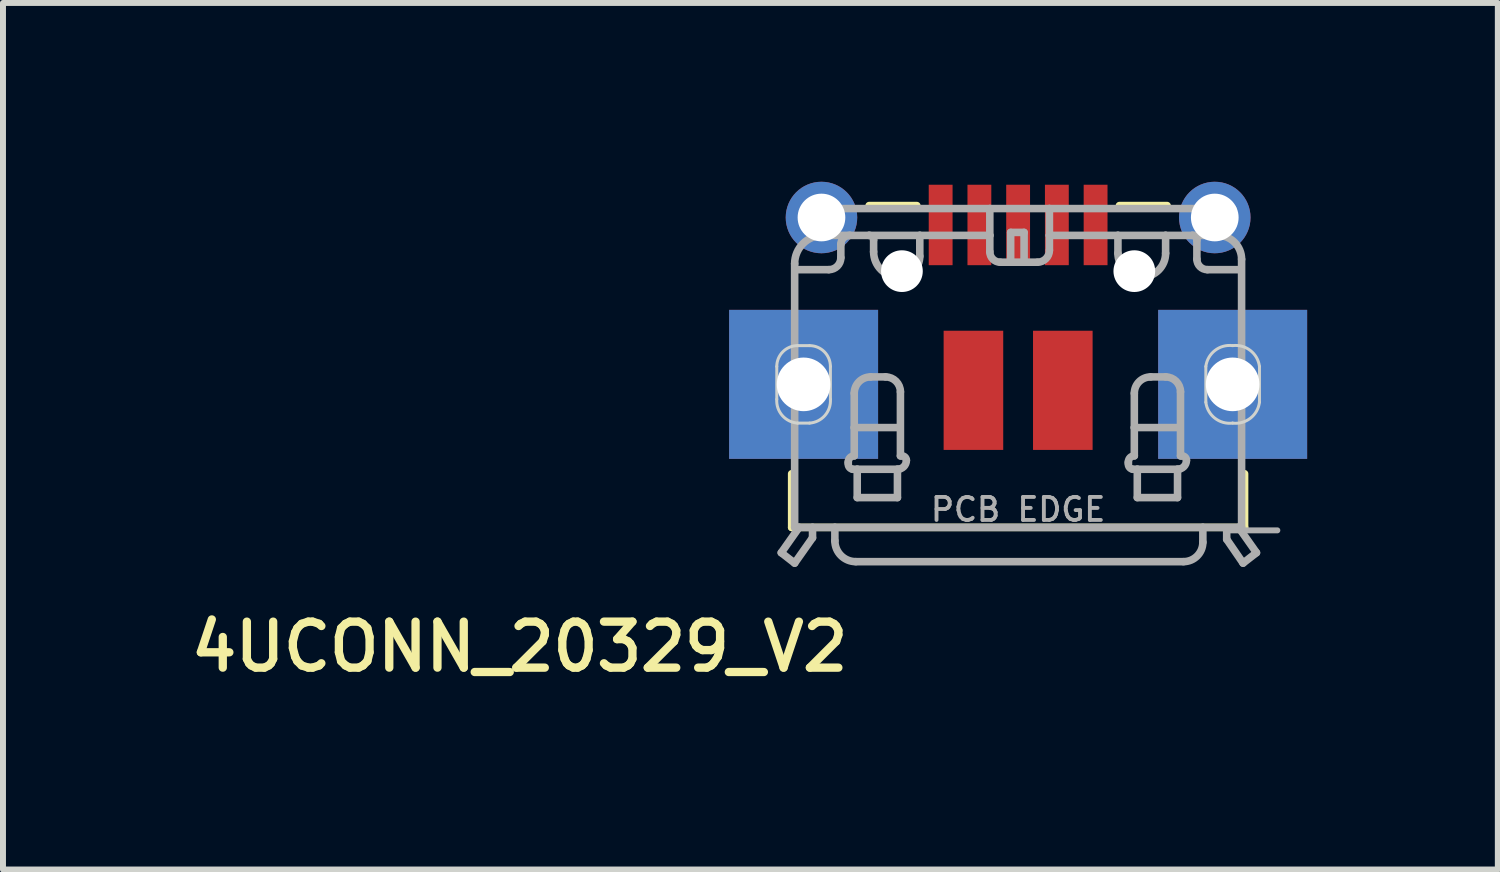
<source format=kicad_pcb>
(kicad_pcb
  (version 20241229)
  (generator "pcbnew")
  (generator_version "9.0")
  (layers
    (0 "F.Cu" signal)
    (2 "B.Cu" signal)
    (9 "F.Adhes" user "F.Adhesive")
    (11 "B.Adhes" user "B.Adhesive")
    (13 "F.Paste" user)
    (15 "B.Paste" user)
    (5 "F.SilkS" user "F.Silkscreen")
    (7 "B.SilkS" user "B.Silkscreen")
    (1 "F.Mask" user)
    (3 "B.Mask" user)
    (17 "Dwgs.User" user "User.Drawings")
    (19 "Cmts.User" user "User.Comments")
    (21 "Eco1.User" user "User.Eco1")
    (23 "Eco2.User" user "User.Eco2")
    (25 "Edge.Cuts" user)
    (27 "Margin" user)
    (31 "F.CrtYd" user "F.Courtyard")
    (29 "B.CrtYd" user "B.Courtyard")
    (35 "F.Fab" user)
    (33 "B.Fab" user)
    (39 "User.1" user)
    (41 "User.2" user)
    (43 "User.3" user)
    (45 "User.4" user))
  (footprint "4UCONN_20329_V2"
    (layer "F.Cu")
    (at 14.035 1.5)
    (property "Reference" "4UCONN_20329_V2" (at -2.778 5.852 180) (layer "F.SilkS") (effects (font (size 0.772 0.772) (thickness 0.139)) (justify right top)))
    (attr through_hole)
    (fp_poly (pts (xy -1.55 -0.05) (xy -1.05 -0.05) (xy -1.05 -1.5) (xy -1.55 -1.5)) (stroke (width 0) (type solid)) (fill yes) (layer "F.Mask"))
    (fp_poly (pts (xy -0.9 -0.05) (xy -0.4 -0.05) (xy -0.4 -1.5) (xy -0.9 -1.5)) (stroke (width 0) (type solid)) (fill yes) (layer "F.Mask"))
    (fp_poly (pts (xy -0.25 -0.05) (xy 0.25 -0.05) (xy 0.25 -1.5) (xy -0.25 -1.5)) (stroke (width 0) (type solid)) (fill yes) (layer "F.Mask"))
    (fp_poly (pts (xy 0.4 -0.05) (xy 0.9 -0.05) (xy 0.9 -1.5) (xy 0.4 -1.5)) (stroke (width 0) (type solid)) (fill yes) (layer "F.Mask"))
    (fp_poly (pts (xy 1.05 -0.05) (xy 1.55 -0.05) (xy 1.55 -1.5) (xy 1.05 -1.5)) (stroke (width 0) (type solid)) (fill yes) (layer "F.Mask"))
    (fp_line (start -3.8 3.4) (end -3.8 4.3) (stroke (width 0.127) (type solid)) (layer "F.SilkS"))
    (fp_line (start -3.8 4.3) (end 3.8 4.3) (stroke (width 0.127) (type solid)) (layer "F.SilkS"))
    (fp_line (start -2.5 -1.1) (end -1.7 -1.1) (stroke (width 0.127) (type solid)) (layer "F.SilkS"))
    (fp_line (start 1.7 -1.1) (end 2.5 -1.1) (stroke (width 0.127) (type solid)) (layer "F.SilkS"))
    (fp_line (start 3.8 4.3) (end 3.8 3.4) (stroke (width 0.127) (type solid)) (layer "F.SilkS"))
    (fp_poly (pts (xy -4.85 3.15) (xy -2.35 3.15) (xy -2.35 0.65) (xy -4.85 0.65)) (stroke (width 0) (type solid)) (fill yes) (layer "F.Paste"))
    (fp_poly (pts (xy -1.45 -0.15) (xy -1.15 -0.15) (xy -1.15 -1.4) (xy -1.45 -1.4)) (stroke (width 0) (type solid)) (fill yes) (layer "F.Paste"))
    (fp_poly (pts (xy -0.8 -0.15) (xy -0.5 -0.15) (xy -0.5 -1.4) (xy -0.8 -1.4)) (stroke (width 0) (type solid)) (fill yes) (layer "F.Paste"))
    (fp_poly (pts (xy -0.15 -0.15) (xy 0.15 -0.15) (xy 0.15 -1.4) (xy -0.15 -1.4)) (stroke (width 0) (type solid)) (fill yes) (layer "F.Paste"))
    (fp_poly (pts (xy 0.5 -0.15) (xy 0.8 -0.15) (xy 0.8 -1.4) (xy 0.5 -1.4)) (stroke (width 0) (type solid)) (fill yes) (layer "F.Paste"))
    (fp_poly (pts (xy 1.15 -0.15) (xy 1.45 -0.15) (xy 1.45 -1.4) (xy 1.15 -1.4)) (stroke (width 0) (type solid)) (fill yes) (layer "F.Paste"))
    (fp_poly (pts (xy 2.35 3.15) (xy 4.85 3.15) (xy 4.85 0.65) (xy 2.35 0.65)) (stroke (width 0) (type solid)) (fill yes) (layer "F.Paste"))
    (fp_poly (pts (xy -5.05 -0.9) (xy -5.014 -0.724) (xy -4.925 -0.567) (xy -4.793 -0.445) (xy -4.45 -0.35) (xy -3.35 -0.35) (xy -3.171 -0.37) (xy -3.007 -0.445) (xy -2.875 -0.567) (xy -2.786 -0.724) (xy -2.75 -0.9) (xy -2.786 -1.076) (xy -2.875 -1.233) (xy -3.007 -1.355) (xy -3.35 -1.45) (xy -4.45 -1.45) (xy -4.629 -1.43) (xy -4.793 -1.355) (xy -4.925 -1.233)) (stroke (width 0) (type solid)) (fill yes) (layer "F.Paste"))
    (fp_poly (pts (xy 2.75 -0.9) (xy 2.786 -0.724) (xy 2.875 -0.567) (xy 3.007 -0.445) (xy 3.35 -0.35) (xy 4.45 -0.35) (xy 4.629 -0.37) (xy 4.793 -0.445) (xy 4.925 -0.567) (xy 5.014 -0.724) (xy 5.05 -0.9) (xy 5.014 -1.076) (xy 4.925 -1.233) (xy 4.793 -1.355) (xy 4.45 -1.45) (xy 3.35 -1.45) (xy 3.171 -1.43) (xy 3.007 -1.355) (xy 2.875 -1.233)) (stroke (width 0) (type solid)) (fill yes) (layer "F.Paste"))
    (fp_line (start -4.05 2.15) (end -4.05 1.6) (stroke (width 0.05) (type solid)) (layer "Edge.Cuts"))
    (fp_line (start -3.7 1.25) (end -3.5 1.25) (stroke (width 0.05) (type solid)) (layer "Edge.Cuts"))
    (fp_line (start -3.5 2.55) (end -3.7 2.55) (stroke (width 0.05) (type solid)) (layer "Edge.Cuts"))
    (fp_line (start -3.15 1.6) (end -3.15 2.15) (stroke (width 0.05) (type solid)) (layer "Edge.Cuts"))
    (fp_line (start 3.15 2.2) (end 3.15 1.6) (stroke (width 0.05) (type solid)) (layer "Edge.Cuts"))
    (fp_line (start 4.05 1.6) (end 4.05 2.2) (stroke (width 0.05) (type solid)) (layer "Edge.Cuts"))
    (fp_arc (start -4.05 1.6) (mid -3.947487 1.352513) (end -3.7 1.25) (stroke (width 0.05) (type solid)) (layer "Edge.Cuts"))
    (fp_arc (start -3.7 2.55) (mid -3.957843 2.422487) (end -4.05 2.15) (stroke (width 0.05) (type solid)) (layer "Edge.Cuts"))
    (fp_arc (start -3.5 1.25) (mid -3.252513 1.352513) (end -3.15 1.6) (stroke (width 0.05) (type solid)) (layer "Edge.Cuts"))
    (fp_arc (start -3.15 2.15) (mid -3.242157 2.422487) (end -3.5 2.55) (stroke (width 0.05) (type solid)) (layer "Edge.Cuts"))
    (fp_arc (start 3.15 1.6) (mid 3.302513 1.331802) (end 3.6 1.25) (stroke (width 0.05) (type solid)) (layer "Edge.Cuts"))
    (fp_arc (start 3.6 1.25) (mid 3.897487 1.331802) (end 4.05 1.6) (stroke (width 0.05) (type solid)) (layer "Edge.Cuts"))
    (fp_arc (start 3.6 2.55) (mid 3.302513 2.468198) (end 3.15 2.2) (stroke (width 0.05) (type solid)) (layer "Edge.Cuts"))
    (fp_arc (start 4.05 2.2) (mid 3.897487 2.468198) (end 3.6 2.55) (stroke (width 0.05) (type solid)) (layer "Edge.Cuts"))
    (fp_line (start -3.975 4.725) (end -3.75 4.9) (stroke (width 0.127) (type solid)) (layer "F.Fab"))
    (fp_line (start -3.975 4.725) (end -3.675 4.3) (stroke (width 0.127) (type solid)) (layer "F.Fab"))
    (fp_line (start -3.75 -0.125) (end -3.75 4.3) (stroke (width 0.127) (type solid)) (layer "F.Fab"))
    (fp_line (start -3.75 4.3) (end -3.675 4.3) (stroke (width 0.127) (type solid)) (layer "F.Fab"))
    (fp_line (start -3.75 4.9) (end -3.45 4.475) (stroke (width 0.127) (type solid)) (layer "F.Fab"))
    (fp_line (start -3.725 -0.025) (end -3.175 -0.025) (stroke (width 0.127) (type solid)) (layer "F.Fab"))
    (fp_line (start -3.675 4.3) (end -3.45 4.3) (stroke (width 0.127) (type solid)) (layer "F.Fab"))
    (fp_line (start -3.575 -1.05) (end -0.475 -1.05) (stroke (width 0.127) (type solid)) (layer "F.Fab"))
    (fp_line (start -3.575 -0.75) (end -3.575 -1.05) (stroke (width 0.127) (type solid)) (layer "F.Fab"))
    (fp_line (start -3.45 4.3) (end -3.075 4.3) (stroke (width 0.127) (type solid)) (layer "F.Fab"))
    (fp_line (start -3.45 4.475) (end -3.45 4.3) (stroke (width 0.127) (type solid)) (layer "F.Fab"))
    (fp_line (start -3.425 -0.75) (end -3.575 -0.75) (stroke (width 0.127) (type solid)) (layer "F.Fab"))
    (fp_line (start -3.425 -0.625) (end -3.425 -0.75) (stroke (width 0.127) (type solid)) (layer "F.Fab"))
    (fp_line (start -3.075 4.3) (end -3.075 4.525) (stroke (width 0.127) (type solid)) (layer "F.Fab"))
    (fp_line (start -3.075 4.3) (end 3.1 4.3) (stroke (width 0.127) (type solid)) (layer "F.Fab"))
    (fp_line (start -2.975 -0.225) (end -2.975 -0.45) (stroke (width 0.127) (type solid)) (layer "F.Fab"))
    (fp_line (start -2.85 3.225) (end -2.85 3.2) (stroke (width 0.127) (type solid)) (layer "F.Fab"))
    (fp_line (start -2.825 -0.6) (end -3.275 -0.6) (stroke (width 0.127) (type solid)) (layer "F.Fab"))
    (fp_line (start -2.825 -0.6) (end -2.5 -0.6) (stroke (width 0.127) (type solid)) (layer "F.Fab"))
    (fp_line (start -2.75 2.625) (end -2.75 2.05) (stroke (width 0.127) (type solid)) (layer "F.Fab"))
    (fp_line (start -2.75 2.625) (end -2 2.625) (stroke (width 0.127) (type solid)) (layer "F.Fab"))
    (fp_line (start -2.75 3.1) (end -2.75 2.625) (stroke (width 0.127) (type solid)) (layer "F.Fab"))
    (fp_line (start -2.725 4.875) (end 2.775 4.875) (stroke (width 0.127) (type solid)) (layer "F.Fab"))
    (fp_line (start -2.7 3.325) (end -2.775 3.325) (stroke (width 0.127) (type solid)) (layer "F.Fab"))
    (fp_line (start -2.7 3.325) (end -2 3.325) (stroke (width 0.127) (type solid)) (layer "F.Fab"))
    (fp_line (start -2.7 3.8) (end -2.7 3.325) (stroke (width 0.127) (type solid)) (layer "F.Fab"))
    (fp_line (start -2.475 1.775) (end -2.225 1.775) (stroke (width 0.127) (type solid)) (layer "F.Fab"))
    (fp_line (start -2.425 -0.525) (end -2.425 -0.325) (stroke (width 0.127) (type solid)) (layer "F.Fab"))
    (fp_line (start -2.025 3.325) (end -2.025 3.8) (stroke (width 0.127) (type solid)) (layer "F.Fab"))
    (fp_line (start -2.025 3.8) (end -2.7 3.8) (stroke (width 0.127) (type solid)) (layer "F.Fab"))
    (fp_line (start -1.975 2.025) (end -1.975 3.1) (stroke (width 0.127) (type solid)) (layer "F.Fab"))
    (fp_line (start -1.975 3.1) (end -1.95 3.1) (stroke (width 0.127) (type solid)) (layer "F.Fab"))
    (fp_line (start -1.65 -0.6) (end -2.5 -0.6) (stroke (width 0.127) (type solid)) (layer "F.Fab"))
    (fp_line (start -1.65 -0.25) (end -1.65 -0.6) (stroke (width 0.127) (type solid)) (layer "F.Fab"))
    (fp_line (start -0.475 -1.05) (end 0.525 -1.05) (stroke (width 0.127) (type solid)) (layer "F.Fab"))
    (fp_line (start -0.475 -0.6) (end -1.65 -0.6) (stroke (width 0.127) (type solid)) (layer "F.Fab"))
    (fp_line (start -0.475 -0.6) (end -0.475 -1.05) (stroke (width 0.127) (type solid)) (layer "F.Fab"))
    (fp_line (start -0.475 -0.325) (end -0.475 -0.6) (stroke (width 0.127) (type solid)) (layer "F.Fab"))
    (fp_line (start -0.125 -0.65) (end 0.1 -0.65) (stroke (width 0.127) (type solid)) (layer "F.Fab"))
    (fp_line (start -0.125 -0.175) (end -0.125 -0.65) (stroke (width 0.127) (type solid)) (layer "F.Fab"))
    (fp_line (start 0.1 -0.65) (end 0.1 -0.175) (stroke (width 0.127) (type solid)) (layer "F.Fab"))
    (fp_line (start 0.325 -0.15) (end -0.3 -0.15) (stroke (width 0.127) (type solid)) (layer "F.Fab"))
    (fp_line (start 0.525 -1.05) (end 0.525 -0.6) (stroke (width 0.127) (type solid)) (layer "F.Fab"))
    (fp_line (start 0.525 -1.05) (end 3.6 -1.05) (stroke (width 0.127) (type solid)) (layer "F.Fab"))
    (fp_line (start 0.525 -0.6) (end 0.525 -0.35) (stroke (width 0.127) (type solid)) (layer "F.Fab"))
    (fp_line (start 1.675 -0.6) (end 0.525 -0.6) (stroke (width 0.127) (type solid)) (layer "F.Fab"))
    (fp_line (start 1.675 -0.6) (end 1.675 -0.3) (stroke (width 0.127) (type solid)) (layer "F.Fab"))
    (fp_line (start 1.85 3.225) (end 1.85 3.2) (stroke (width 0.127) (type solid)) (layer "F.Fab"))
    (fp_line (start 1.95 2.625) (end 1.95 2.05) (stroke (width 0.127) (type solid)) (layer "F.Fab"))
    (fp_line (start 1.95 2.625) (end 2.7 2.625) (stroke (width 0.127) (type solid)) (layer "F.Fab"))
    (fp_line (start 1.95 3.1) (end 1.95 2.625) (stroke (width 0.127) (type solid)) (layer "F.Fab"))
    (fp_line (start 2 3.325) (end 1.925 3.325) (stroke (width 0.127) (type solid)) (layer "F.Fab"))
    (fp_line (start 2 3.325) (end 2.7 3.325) (stroke (width 0.127) (type solid)) (layer "F.Fab"))
    (fp_line (start 2 3.8) (end 2 3.325) (stroke (width 0.127) (type solid)) (layer "F.Fab"))
    (fp_line (start 2.225 1.775) (end 2.475 1.775) (stroke (width 0.127) (type solid)) (layer "F.Fab"))
    (fp_line (start 2.475 -0.6) (end 1.675 -0.6) (stroke (width 0.127) (type solid)) (layer "F.Fab"))
    (fp_line (start 2.475 -0.6) (end 2.925 -0.6) (stroke (width 0.127) (type solid)) (layer "F.Fab"))
    (fp_line (start 2.475 -0.3) (end 2.475 -0.6) (stroke (width 0.127) (type solid)) (layer "F.Fab"))
    (fp_line (start 2.675 3.325) (end 2.675 3.8) (stroke (width 0.127) (type solid)) (layer "F.Fab"))
    (fp_line (start 2.675 3.8) (end 2 3.8) (stroke (width 0.127) (type solid)) (layer "F.Fab"))
    (fp_line (start 2.725 2.025) (end 2.725 3.1) (stroke (width 0.127) (type solid)) (layer "F.Fab"))
    (fp_line (start 2.725 3.1) (end 2.75 3.1) (stroke (width 0.127) (type solid)) (layer "F.Fab"))
    (fp_line (start 3 -0.525) (end 3 -0.2) (stroke (width 0.127) (type solid)) (layer "F.Fab"))
    (fp_line (start 3.1 4.3) (end 3.7 4.3) (stroke (width 0.127) (type solid)) (layer "F.Fab"))
    (fp_line (start 3.1 4.55) (end 3.1 4.3) (stroke (width 0.127) (type solid)) (layer "F.Fab"))
    (fp_line (start 3.175 -0.025) (end 3.725 -0.025) (stroke (width 0.127) (type solid)) (layer "F.Fab"))
    (fp_line (start 3.35 -0.775) (end 3.35 -0.6) (stroke (width 0.127) (type solid)) (layer "F.Fab"))
    (fp_line (start 3.35 -0.6) (end 2.925 -0.6) (stroke (width 0.127) (type solid)) (layer "F.Fab"))
    (fp_line (start 3.5 4.35) (end 4.35 4.35) (stroke (width 0.1) (type solid)) (layer "F.Fab"))
    (fp_line (start 3.5 4.5) (end 3.5 4.35) (stroke (width 0.127) (type solid)) (layer "F.Fab"))
    (fp_line (start 3.6 -1.05) (end 3.6 -0.775) (stroke (width 0.127) (type solid)) (layer "F.Fab"))
    (fp_line (start 3.6 -0.775) (end 3.35 -0.775) (stroke (width 0.127) (type solid)) (layer "F.Fab"))
    (fp_line (start 3.7 4.3) (end 3.75 4.3) (stroke (width 0.127) (type solid)) (layer "F.Fab"))
    (fp_line (start 3.7 4.3) (end 4 4.725) (stroke (width 0.127) (type solid)) (layer "F.Fab"))
    (fp_line (start 3.75 4.3) (end 3.75 -0.2) (stroke (width 0.127) (type solid)) (layer "F.Fab"))
    (fp_line (start 3.775 4.9) (end 3.5 4.5) (stroke (width 0.127) (type solid)) (layer "F.Fab"))
    (fp_line (start 4 4.725) (end 3.775 4.9) (stroke (width 0.127) (type solid)) (layer "F.Fab"))
    (fp_arc (start -3.750001 -0.124999) (mid -3.610876 -0.460875) (end -3.275 -0.6) (stroke (width 0.127) (type solid)) (layer "F.Fab"))
    (fp_arc (start -2.975 -0.45) (mid -2.931066 -0.556066) (end -2.825 -0.6) (stroke (width 0.127) (type solid)) (layer "F.Fab"))
    (fp_arc (start -2.975 -0.225) (mid -3.033579 -0.083579) (end -3.175 -0.025) (stroke (width 0.127) (type solid)) (layer "F.Fab"))
    (fp_arc (start -2.85 3.2) (mid -2.820711 3.129289) (end -2.75 3.1) (stroke (width 0.127) (type solid)) (layer "F.Fab"))
    (fp_arc (start -2.775 3.325) (mid -2.833211 3.290533) (end -2.85 3.225) (stroke (width 0.127) (type solid)) (layer "F.Fab"))
    (fp_arc (start -2.75 2.05) (mid -2.669454 1.855546) (end -2.475 1.775) (stroke (width 0.127) (type solid)) (layer "F.Fab"))
    (fp_arc (start -2.725 4.875) (mid -2.972487 4.772487) (end -3.075 4.525) (stroke (width 0.127) (type solid)) (layer "F.Fab"))
    (fp_arc (start -2.5 -0.6) (mid -2.446967 -0.578033) (end -2.425 -0.525) (stroke (width 0.127) (type solid)) (layer "F.Fab"))
    (fp_arc (start -2.225 1.775) (mid -2.048223 1.848223) (end -1.975 2.025) (stroke (width 0.127) (type solid)) (layer "F.Fab"))
    (fp_arc (start -2 0.1) (mid -2.30052 -0.02448) (end -2.425 -0.325) (stroke (width 0.127) (type solid)) (layer "F.Fab"))
    (fp_arc (start -1.95 3.1) (mid -1.896967 3.121967) (end -1.875 3.175) (stroke (width 0.127) (type solid)) (layer "F.Fab"))
    (fp_arc (start -1.875 3.175) (mid -1.918934 3.281066) (end -2.025 3.325) (stroke (width 0.127) (type solid)) (layer "F.Fab"))
    (fp_arc (start -1.65 -0.25) (mid -1.752513 -0.002513) (end -2 0.1) (stroke (width 0.127) (type solid)) (layer "F.Fab"))
    (fp_arc (start -0.3 -0.15) (mid -0.423744 -0.201256) (end -0.475 -0.325) (stroke (width 0.127) (type solid)) (layer "F.Fab"))
    (fp_arc (start 0.525 -0.35) (mid 0.466421 -0.208579) (end 0.325 -0.15) (stroke (width 0.127) (type solid)) (layer "F.Fab"))
    (fp_arc (start 1.85 3.2) (mid 1.879289 3.129289) (end 1.95 3.1) (stroke (width 0.127) (type solid)) (layer "F.Fab"))
    (fp_arc (start 1.925 3.325) (mid 1.866789 3.290533) (end 1.85 3.225) (stroke (width 0.127) (type solid)) (layer "F.Fab"))
    (fp_arc (start 1.95 2.05) (mid 2.030546 1.855546) (end 2.225 1.775) (stroke (width 0.127) (type solid)) (layer "F.Fab"))
    (fp_arc (start 2.075 0.1) (mid 1.792157 -0.017157) (end 1.675 -0.3) (stroke (width 0.127) (type solid)) (layer "F.Fab"))
    (fp_arc (start 2.475 -0.3) (mid 2.357843 -0.017157) (end 2.075 0.1) (stroke (width 0.127) (type solid)) (layer "F.Fab"))
    (fp_arc (start 2.475 1.775) (mid 2.651777 1.848223) (end 2.725 2.025) (stroke (width 0.127) (type solid)) (layer "F.Fab"))
    (fp_arc (start 2.75 3.1) (mid 2.803033 3.121967) (end 2.825 3.175) (stroke (width 0.127) (type solid)) (layer "F.Fab"))
    (fp_arc (start 2.825 3.175) (mid 2.781066 3.281066) (end 2.675 3.325) (stroke (width 0.127) (type solid)) (layer "F.Fab"))
    (fp_arc (start 2.925 -0.6) (mid 2.978033 -0.578033) (end 3 -0.525) (stroke (width 0.127) (type solid)) (layer "F.Fab"))
    (fp_arc (start 3.1 4.55) (mid 3.00481 4.77981) (end 2.775 4.875) (stroke (width 0.127) (type solid)) (layer "F.Fab"))
    (fp_arc (start 3.175 -0.025) (mid 3.051256 -0.076256) (end 3 -0.2) (stroke (width 0.127) (type solid)) (layer "F.Fab"))
    (fp_arc (start 3.349999 -0.599999) (mid 3.632842 -0.482842) (end 3.75 -0.2) (stroke (width 0.127) (type solid)) (layer "F.Fab"))
    (fp_text user "PCB EDGE" (at 0 4 0) (layer "F.Fab") (effects (font (size 0.386 0.386) (thickness 0.065))))
    (pad "" np_thru_hole circle (at -1.95 0) (size 0.7 0.7) (drill 0.7) (layers "*.Cu" "*.Mask"))
    (pad "" np_thru_hole circle (at 1.95 0) (size 0.7 0.7) (drill 0.7) (layers "*.Cu" "*.Mask"))
    (pad "BASE@1" smd rect (at -0.75 2 90) (size 2 1) (layers "F.Cu" "F.Mask" "F.Paste"))
    (pad "BASE@2" smd rect (at 0.75 2 90) (size 2 1) (layers "F.Cu" "F.Mask" "F.Paste"))
    (pad "D+" smd rect (at 0 -0.775) (size 0.4 1.35) (layers "F.Cu" "F.Mask"))
    (pad "D-" smd rect (at -0.65 -0.775) (size 0.4 1.35) (layers "F.Cu" "F.Mask"))
    (pad "GND" smd rect (at 1.3 -0.775) (size 0.4 1.35) (layers "F.Cu" "F.Mask"))
    (pad "ID" smd rect (at 0.65 -0.775) (size 0.4 1.35) (layers "F.Cu" "F.Mask"))
    (pad "SPRT@1" thru_hole circle (at -3.3 -0.9 180) (size 1.2 1.2) (drill 0.8) (layers "*.Cu" "*.Mask"))
    (pad "SPRT@2" thru_hole circle (at 3.3 -0.9) (size 1.2 1.2) (drill 0.8) (layers "*.Cu" "*.Mask"))
    (pad "SPRT@3" thru_hole rect (at -3.6 1.9 90) (size 2.5 2.5) (drill 0.9) (layers "*.Cu" "*.Mask"))
    (pad "SPRT@4" thru_hole rect (at 3.6 1.9 90) (size 2.5 2.5) (drill 0.9) (layers "*.Cu" "*.Mask"))
    (pad "VBUS" smd rect (at -1.3 -0.775) (size 0.4 1.35) (layers "F.Cu" "F.Mask")))
  (gr_rect
    (start -3 -3)
    (end 22.085 11.541)
    (stroke (width 0.1) (type default))
    (fill no)
    (layer "Edge.Cuts")))
</source>
